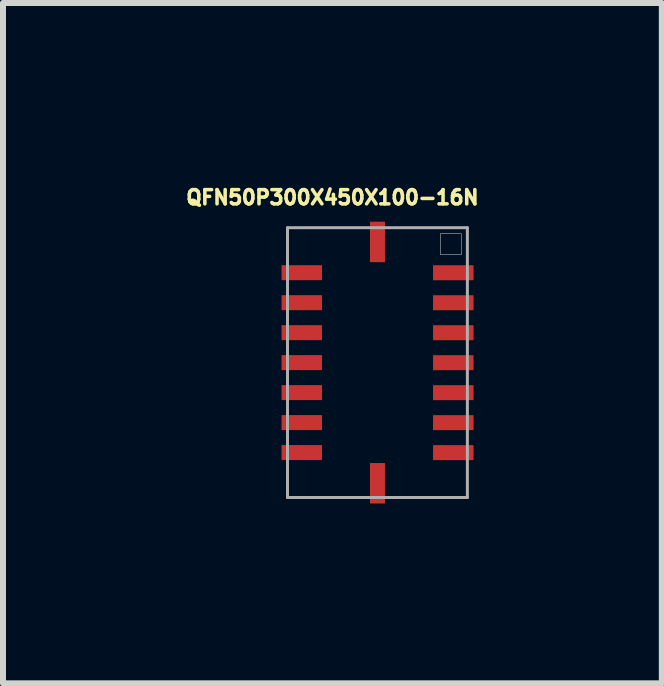
<source format=kicad_pcb>
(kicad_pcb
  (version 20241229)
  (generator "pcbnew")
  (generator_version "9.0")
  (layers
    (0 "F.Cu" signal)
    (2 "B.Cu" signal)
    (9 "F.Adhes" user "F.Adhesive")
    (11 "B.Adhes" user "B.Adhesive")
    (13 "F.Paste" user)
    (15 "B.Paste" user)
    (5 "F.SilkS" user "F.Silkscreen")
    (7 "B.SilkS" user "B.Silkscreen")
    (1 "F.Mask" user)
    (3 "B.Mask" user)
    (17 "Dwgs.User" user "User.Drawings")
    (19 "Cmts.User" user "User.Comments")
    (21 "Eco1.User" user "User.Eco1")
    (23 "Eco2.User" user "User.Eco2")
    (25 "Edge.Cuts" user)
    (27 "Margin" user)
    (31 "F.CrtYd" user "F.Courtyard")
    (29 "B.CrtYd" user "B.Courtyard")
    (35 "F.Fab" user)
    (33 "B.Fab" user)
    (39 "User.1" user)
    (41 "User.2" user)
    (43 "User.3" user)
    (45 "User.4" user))
  (footprint "QFN50P300X450X100-16N"
    (layer "F.Cu")
    (at 3.245 2.998)
    (property "Reference" "QFN50P300X450X100-16N" (at -0.751 -2.755 0) (layer "F.SilkS") (effects (font (size 0.237 0.237) (thickness 0.15))))
    (attr smd)
    (fp_line (start -1.5 -2.25) (end -1.5 2.25) (stroke (width 0.05) (type solid)) (layer "F.Fab"))
    (fp_line (start -1.5 2.25) (end 1.5 2.25) (stroke (width 0.05) (type solid)) (layer "F.Fab"))
    (fp_line (start 1.5 -2.25) (end -1.5 -2.25) (stroke (width 0.05) (type solid)) (layer "F.Fab"))
    (fp_line (start 1.5 2.25) (end 1.5 -2.25) (stroke (width 0.05) (type solid)) (layer "F.Fab"))
    (fp_poly (pts (xy 1.05 -2.15) (xy 1.4 -2.15) (xy 1.4 -1.801) (xy 1.05 -1.801)) (stroke (width 0.01) (type solid)) (fill no) (layer "F.Fab"))
    (pad "1" smd rect (at 1.265 -1.499) (size 0.675 0.25) (layers "F.Cu" "F.Mask" "F.Paste"))
    (pad "2" smd rect (at 1.265 -0.999) (size 0.675 0.25) (layers "F.Cu" "F.Mask" "F.Paste"))
    (pad "3" smd rect (at 1.265 -0.499) (size 0.675 0.25) (layers "F.Cu" "F.Mask" "F.Paste"))
    (pad "4" smd rect (at 1.265 0.001) (size 0.675 0.25) (layers "F.Cu" "F.Mask" "F.Paste"))
    (pad "5" smd rect (at 1.265 0.501) (size 0.675 0.25) (layers "F.Cu" "F.Mask" "F.Paste"))
    (pad "6" smd rect (at 1.265 1.001) (size 0.675 0.25) (layers "F.Cu" "F.Mask" "F.Paste"))
    (pad "7" smd rect (at 1.265 1.501) (size 0.675 0.25) (layers "F.Cu" "F.Mask" "F.Paste"))
    (pad "8" smd rect (at 0.000228 2.012) (size 0.25 0.675) (layers "F.Cu" "F.Mask" "F.Paste"))
    (pad "9" smd rect (at -1.262 1.5) (size 0.675 0.25) (layers "F.Cu" "F.Mask" "F.Paste"))
    (pad "10" smd rect (at -1.262 1) (size 0.675 0.25) (layers "F.Cu" "F.Mask" "F.Paste"))
    (pad "11" smd rect (at -1.262 0.5) (size 0.675 0.25) (layers "F.Cu" "F.Mask" "F.Paste"))
    (pad "12" smd rect (at -1.262 -0.000159) (size 0.675 0.25) (layers "F.Cu" "F.Mask" "F.Paste"))
    (pad "13" smd rect (at -1.262 -0.5) (size 0.675 0.25) (layers "F.Cu" "F.Mask" "F.Paste"))
    (pad "14" smd rect (at -1.262 -1) (size 0.675 0.25) (layers "F.Cu" "F.Mask" "F.Paste"))
    (pad "15" smd rect (at -1.262 -1.5) (size 0.675 0.25) (layers "F.Cu" "F.Mask" "F.Paste"))
    (pad "16" smd rect (at 0.000128 -2.013) (size 0.25 0.675) (layers "F.Cu" "F.Mask" "F.Paste")))
  (gr_rect
    (start -3 -3)
    (end 7.988 8.347)
    (stroke (width 0.1) (type default))
    (fill no)
    (layer "Edge.Cuts")))
</source>
